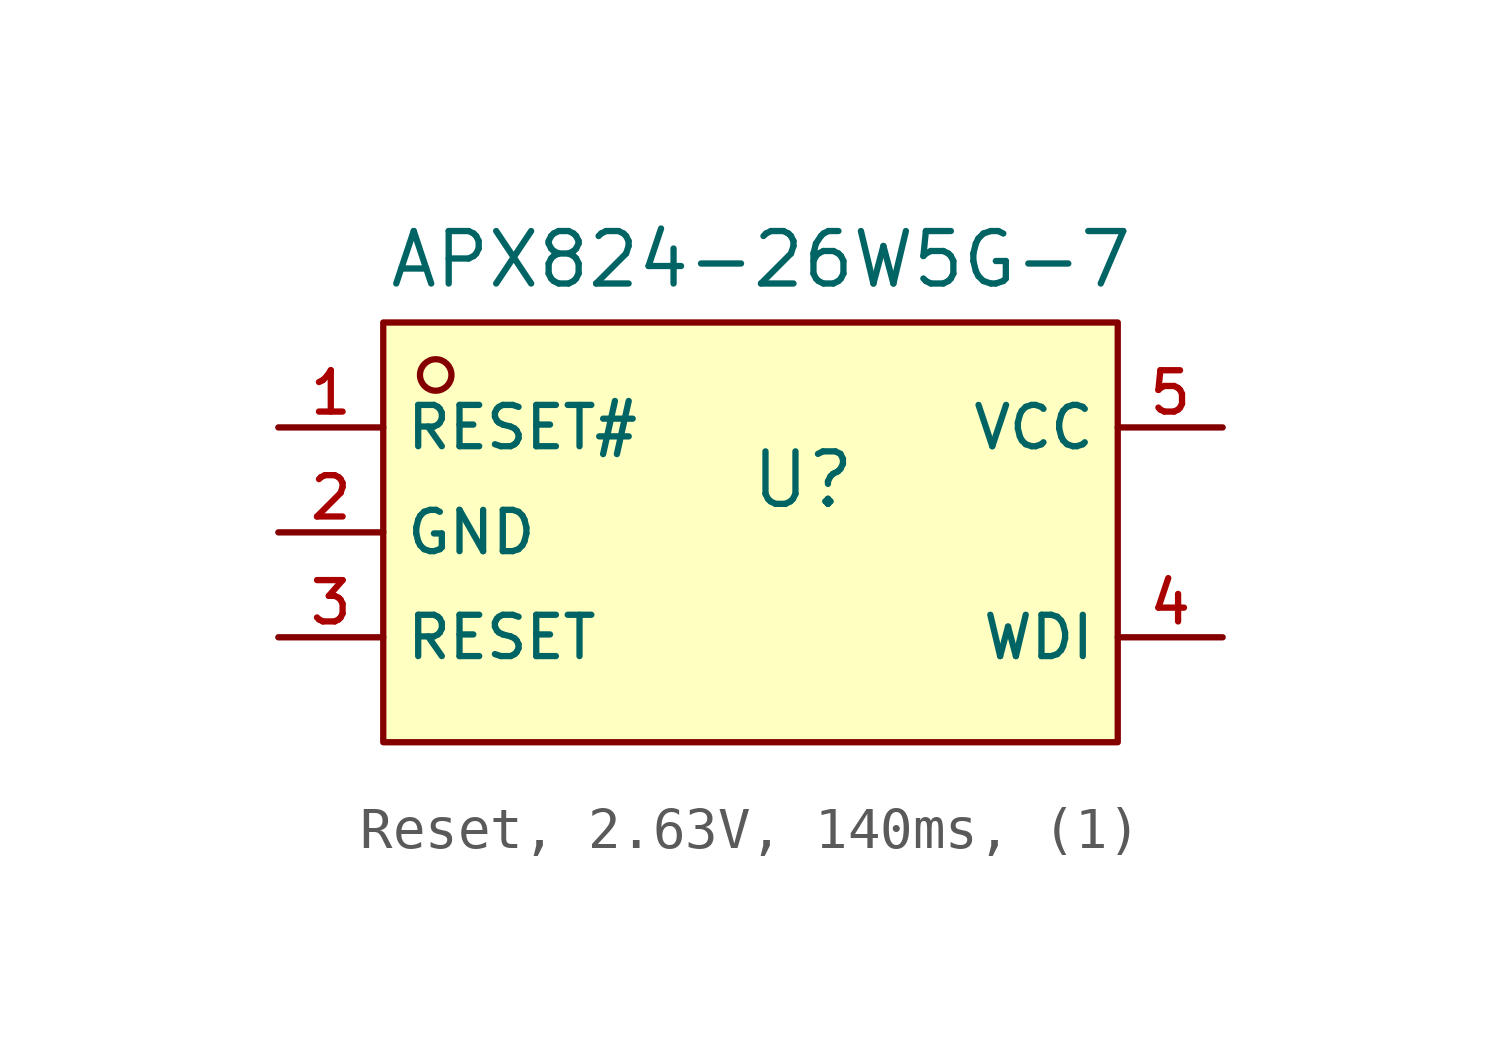
<source format=kicad_sym>
(kicad_symbol_lib
  (version 20231120)
  (generator "CDFER_Archive_Tool")
  (generator_version "0.0")
  (symbol "Reset, 2.63V, 140ms, (1)"
    (property "Reference" "U"
      (at 0 1.27 0)
      (effects (font (size 1.27 1.27))))
    (property "Value" "APX824-26W5G-7"
      (at -1.016 6.604 0)
      (effects (font (size 1.27 1.27))))
    (symbol "Reset, 2.63V, 140ms, (1)_0_1"
      (rectangle (start -10.16 5.08) (end 7.62 -5.08) (stroke (width 0) (type default)) (fill (type background)))
      (circle (center -8.89 3.81) (radius 0.381) (stroke (width 0) (type default)) (fill (type background)))
      (pin unspecified line (at -12.7 2.54 0) (length 2.54) (name "RESET#" (effects (font (size 1 1)))) (number "1" (effects (font (size 1 1)))))
      (pin unspecified line (at -12.7 0 0) (length 2.54) (name "GND" (effects (font (size 1 1)))) (number "2" (effects (font (size 1 1)))))
      (pin unspecified line (at -12.7 -2.54 0) (length 2.54) (name "RESET" (effects (font (size 1 1)))) (number "3" (effects (font (size 1 1)))))
      (pin unspecified line (at 10.16 -2.54 180) (length 2.54) (name "WDI" (effects (font (size 1 1)))) (number "4" (effects (font (size 1 1)))))
      (pin unspecified line (at 10.16 2.54 180) (length 2.54) (name "VCC" (effects (font (size 1 1)))) (number "5" (effects (font (size 1 1))))))))
</source>
